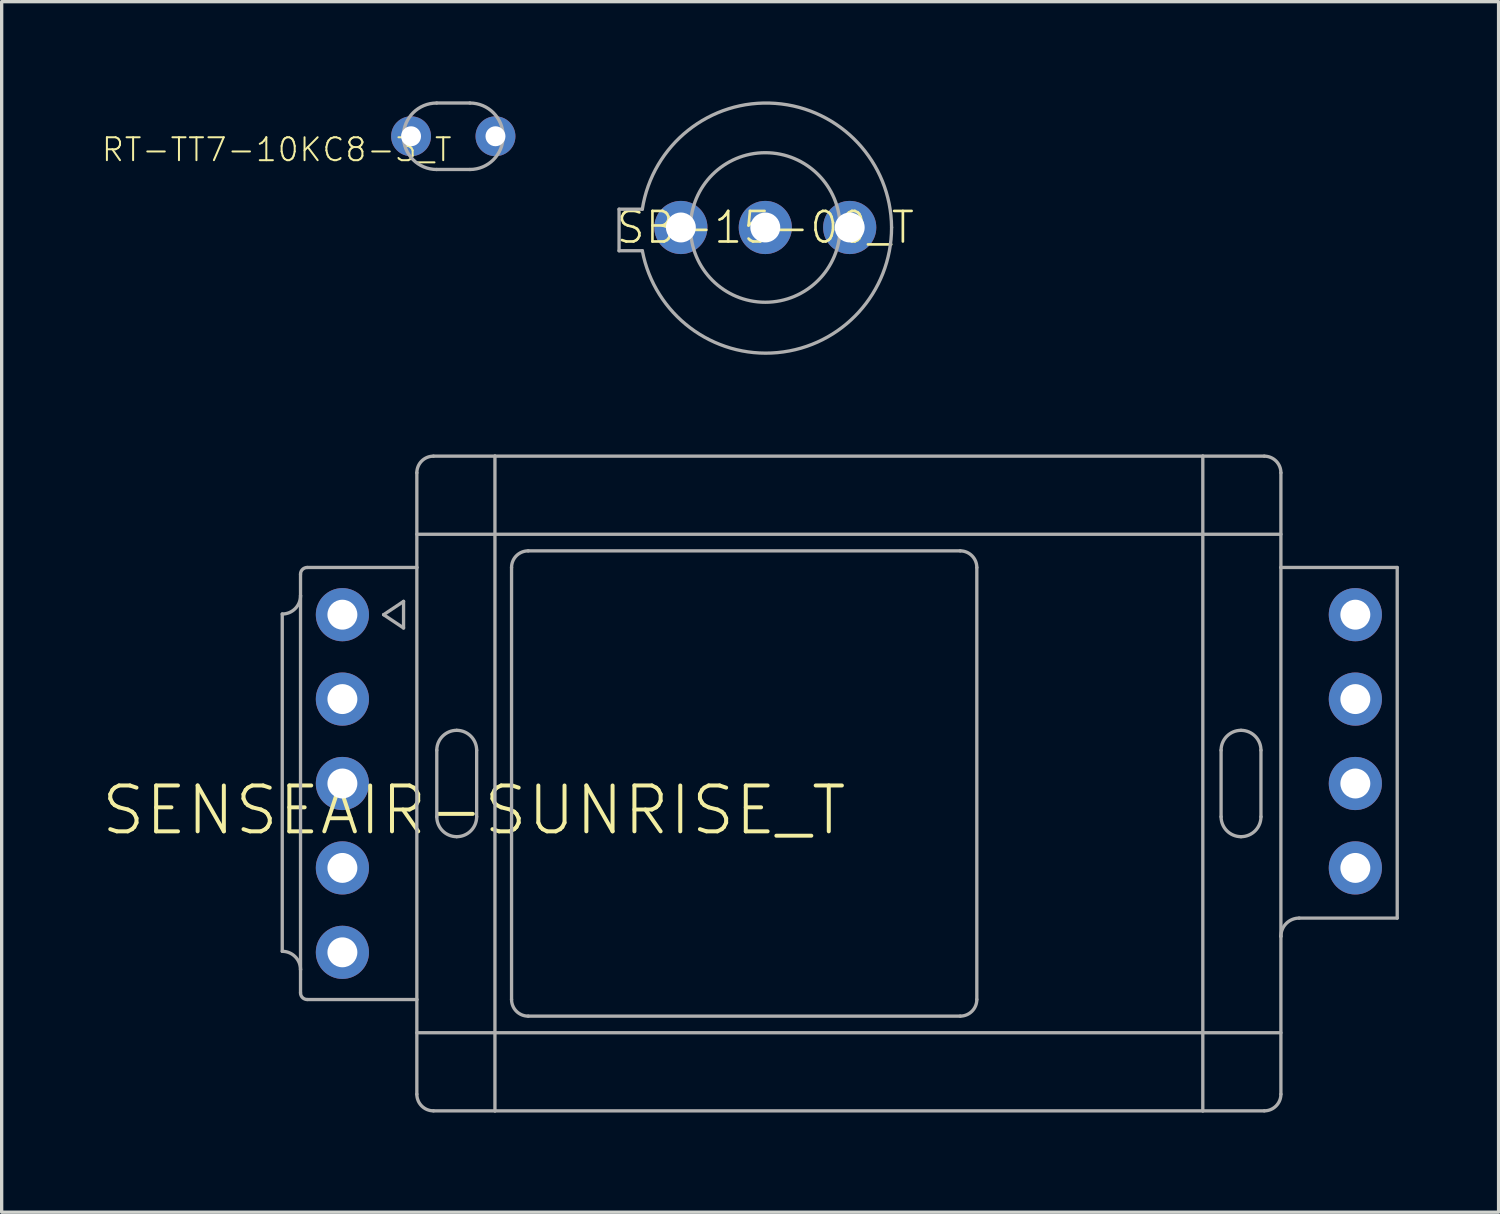
<source format=kicad_pcb>
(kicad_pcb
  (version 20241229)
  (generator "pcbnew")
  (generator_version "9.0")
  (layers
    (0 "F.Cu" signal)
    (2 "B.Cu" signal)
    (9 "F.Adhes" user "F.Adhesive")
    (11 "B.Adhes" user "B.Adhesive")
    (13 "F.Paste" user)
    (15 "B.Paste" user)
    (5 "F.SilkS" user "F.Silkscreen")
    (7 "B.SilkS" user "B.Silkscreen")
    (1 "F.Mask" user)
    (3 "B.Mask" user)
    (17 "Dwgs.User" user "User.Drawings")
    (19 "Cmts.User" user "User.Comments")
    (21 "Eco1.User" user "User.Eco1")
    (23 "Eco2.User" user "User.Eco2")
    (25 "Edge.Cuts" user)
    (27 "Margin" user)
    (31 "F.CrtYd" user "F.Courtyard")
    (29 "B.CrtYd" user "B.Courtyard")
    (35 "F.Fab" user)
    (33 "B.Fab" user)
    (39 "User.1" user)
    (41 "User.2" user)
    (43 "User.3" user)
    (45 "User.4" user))
  (footprint "RT-TT7-10KC8-3_T"
    (layer "F.Cu")
    (at 10.589 1.05)
    (property "Reference" "RT-TT7-10KC8-3_T" (at 0 0 0) (unlocked yes) (layer "F.SilkS") (effects (font (size 0.69 0.69) (thickness 0.06)) (justify right top)))
    (fp_line (start -0.5 1) (end 0.5 1) (stroke (width 0.1) (type solid)) (layer "F.Fab"))
    (fp_line (start 0.5 -1) (end -0.5 -1) (stroke (width 0.1) (type solid)) (layer "F.Fab"))
    (fp_arc (start -1.499999 0.000001) (mid -1.207106 -0.707106) (end -0.5 -1) (stroke (width 0.1) (type solid)) (layer "F.Fab"))
    (fp_arc (start -0.499999 1.000001) (mid -1.207106 0.707107) (end -1.5 0) (stroke (width 0.1) (type solid)) (layer "F.Fab"))
    (fp_arc (start 0.499999 -1.000001) (mid 1.207106 -0.707107) (end 1.5 0) (stroke (width 0.1) (type solid)) (layer "F.Fab"))
    (fp_arc (start 1.499999 -0.000001) (mid 1.207106 0.707106) (end 0.5 1) (stroke (width 0.1) (type solid)) (layer "F.Fab"))
    (pad "1" thru_hole circle (at -1.27 0) (size 1.2 1.2) (drill 0.6) (layers "*.Cu" "*.Mask"))
    (pad "2" thru_hole circle (at 1.27 0) (size 1.2 1.2) (drill 0.6) (layers "*.Cu" "*.Mask")))
  (footprint "SENSEAIR-SUNRISE_T"
    (layer "F.Cu")
    (at 22.493 20.526)
    (property "Reference" "SENSEAIR-SUNRISE_T" (at 0 0 0) (unlocked yes) (layer "F.SilkS") (effects (font (size 1.38 1.38) (thickness 0.12)) (justify right top)))
    (fp_line (start -17.05 5.05) (end -17.05 -5.1) (stroke (width 0.1) (type solid)) (layer "F.Fab"))
    (fp_line (start -16.5 -5.65) (end -16.5 -6.3) (stroke (width 0.1) (type solid)) (layer "F.Fab"))
    (fp_line (start -16.5 5.6) (end -16.5 -5.65) (stroke (width 0.1) (type solid)) (layer "F.Fab"))
    (fp_line (start -16.5 6.3) (end -16.5 5.6) (stroke (width 0.1) (type solid)) (layer "F.Fab"))
    (fp_line (start -16.3 -6.5) (end -13 -6.5) (stroke (width 0.1) (type solid)) (layer "F.Fab"))
    (fp_line (start -16.3 6.5) (end -13 6.5) (stroke (width 0.1) (type solid)) (layer "F.Fab"))
    (fp_line (start -14 -5.08) (end -13.4 -5.48) (stroke (width 0.1) (type solid)) (layer "F.Fab"))
    (fp_line (start -13.4 -5.48) (end -13.4 -4.68) (stroke (width 0.1) (type solid)) (layer "F.Fab"))
    (fp_line (start -13.4 -4.68) (end -14 -5.08) (stroke (width 0.1) (type solid)) (layer "F.Fab"))
    (fp_line (start -13 -9.35) (end -13 -6.5) (stroke (width 0.1) (type solid)) (layer "F.Fab"))
    (fp_line (start -13 -7.5) (end 13 -7.5) (stroke (width 0.1) (type solid)) (layer "F.Fab"))
    (fp_line (start -13 -6.5) (end -13 6.5) (stroke (width 0.1) (type solid)) (layer "F.Fab"))
    (fp_line (start -13 7.5) (end 13 7.5) (stroke (width 0.1) (type solid)) (layer "F.Fab"))
    (fp_line (start -13 9.35) (end -13 6.5) (stroke (width 0.1) (type solid)) (layer "F.Fab"))
    (fp_line (start -12.5 -9.85) (end -10.65 -9.85) (stroke (width 0.1) (type solid)) (layer "F.Fab"))
    (fp_line (start -12.5 9.85) (end -10.65 9.85) (stroke (width 0.1) (type solid)) (layer "F.Fab"))
    (fp_line (start -12.4 1) (end -12.4 -1) (stroke (width 0.1) (type solid)) (layer "F.Fab"))
    (fp_line (start -11.2 -1) (end -11.2 1) (stroke (width 0.1) (type solid)) (layer "F.Fab"))
    (fp_line (start -10.65 -9.85) (end 10.65 -9.85) (stroke (width 0.1) (type solid)) (layer "F.Fab"))
    (fp_line (start -10.65 9.85) (end -10.65 -9.85) (stroke (width 0.1) (type solid)) (layer "F.Fab"))
    (fp_line (start -10.65 9.85) (end 10.65 9.85) (stroke (width 0.1) (type solid)) (layer "F.Fab"))
    (fp_line (start -10.15 6.5) (end -10.15 -6.5) (stroke (width 0.1) (type solid)) (layer "F.Fab"))
    (fp_line (start -9.65 7) (end 3.35 7) (stroke (width 0.1) (type solid)) (layer "F.Fab"))
    (fp_line (start 3.35 -7) (end -9.65 -7) (stroke (width 0.1) (type solid)) (layer "F.Fab"))
    (fp_line (start 3.85 6.5) (end 3.85 -6.5) (stroke (width 0.1) (type solid)) (layer "F.Fab"))
    (fp_line (start 10.65 -9.85) (end 12.5 -9.85) (stroke (width 0.1) (type solid)) (layer "F.Fab"))
    (fp_line (start 10.65 9.85) (end 10.65 -9.85) (stroke (width 0.1) (type solid)) (layer "F.Fab"))
    (fp_line (start 10.65 9.85) (end 12.5 9.85) (stroke (width 0.1) (type solid)) (layer "F.Fab"))
    (fp_line (start 11.2 1) (end 11.2 -1) (stroke (width 0.1) (type solid)) (layer "F.Fab"))
    (fp_line (start 12.4 -1) (end 12.4 1) (stroke (width 0.1) (type solid)) (layer "F.Fab"))
    (fp_line (start 13 -9.35) (end 13 -6.5) (stroke (width 0.1) (type solid)) (layer "F.Fab"))
    (fp_line (start 13 -6.5) (end 13 4.6) (stroke (width 0.1) (type solid)) (layer "F.Fab"))
    (fp_line (start 13 -6.5) (end 16.5 -6.5) (stroke (width 0.1) (type solid)) (layer "F.Fab"))
    (fp_line (start 13 9.35) (end 13 4.6) (stroke (width 0.1) (type solid)) (layer "F.Fab"))
    (fp_line (start 16.5 4.05) (end 13.55 4.05) (stroke (width 0.1) (type solid)) (layer "F.Fab"))
    (fp_line (start 16.5 4.05) (end 16.5 -6.5) (stroke (width 0.1) (type solid)) (layer "F.Fab"))
    (fp_arc (start -17.05 5.05) (mid -16.661091 5.211091) (end -16.5 5.6) (stroke (width 0.1) (type solid)) (layer "F.Fab"))
    (fp_arc (start -16.5 -6.3) (mid -16.441421 -6.441421) (end -16.3 -6.5) (stroke (width 0.1) (type solid)) (layer "F.Fab"))
    (fp_arc (start -16.5 -5.65) (mid -16.661091 -5.261091) (end -17.05 -5.1) (stroke (width 0.1) (type solid)) (layer "F.Fab"))
    (fp_arc (start -16.3 6.5) (mid -16.441421 6.441421) (end -16.5 6.3) (stroke (width 0.1) (type solid)) (layer "F.Fab"))
    (fp_arc (start -13 -9.35) (mid -12.853553 -9.703553) (end -12.5 -9.85) (stroke (width 0.1) (type solid)) (layer "F.Fab"))
    (fp_arc (start -12.5 9.85) (mid -12.853553 9.703553) (end -13 9.35) (stroke (width 0.1) (type solid)) (layer "F.Fab"))
    (fp_arc (start -12.4 -1) (mid -12.224264 -1.424264) (end -11.8 -1.6) (stroke (width 0.1) (type solid)) (layer "F.Fab"))
    (fp_arc (start -11.8 -1.6) (mid -11.375736 -1.424264) (end -11.2 -1) (stroke (width 0.1) (type solid)) (layer "F.Fab"))
    (fp_arc (start -11.8 1.6) (mid -12.224264 1.424264) (end -12.4 1) (stroke (width 0.1) (type solid)) (layer "F.Fab"))
    (fp_arc (start -11.2 1) (mid -11.375736 1.424264) (end -11.8 1.6) (stroke (width 0.1) (type solid)) (layer "F.Fab"))
    (fp_arc (start -10.15 -6.5) (mid -10.003553 -6.853553) (end -9.65 -7) (stroke (width 0.1) (type solid)) (layer "F.Fab"))
    (fp_arc (start -9.65 7) (mid -10.003553 6.853553) (end -10.15 6.5) (stroke (width 0.1) (type solid)) (layer "F.Fab"))
    (fp_arc (start 3.35 -7) (mid 3.703553 -6.853553) (end 3.85 -6.5) (stroke (width 0.1) (type solid)) (layer "F.Fab"))
    (fp_arc (start 3.85 6.5) (mid 3.703553 6.853553) (end 3.35 7) (stroke (width 0.1) (type solid)) (layer "F.Fab"))
    (fp_arc (start 11.2 -1) (mid 11.375736 -1.424264) (end 11.8 -1.6) (stroke (width 0.1) (type solid)) (layer "F.Fab"))
    (fp_arc (start 11.8 -1.6) (mid 12.224264 -1.424264) (end 12.4 -1) (stroke (width 0.1) (type solid)) (layer "F.Fab"))
    (fp_arc (start 11.8 1.6) (mid 11.375736 1.424264) (end 11.2 1) (stroke (width 0.1) (type solid)) (layer "F.Fab"))
    (fp_arc (start 12.4 1) (mid 12.224264 1.424264) (end 11.8 1.6) (stroke (width 0.1) (type solid)) (layer "F.Fab"))
    (fp_arc (start 12.5 -9.85) (mid 12.853553 -9.703553) (end 13 -9.35) (stroke (width 0.1) (type solid)) (layer "F.Fab"))
    (fp_arc (start 13 4.6) (mid 13.161091 4.211091) (end 13.55 4.05) (stroke (width 0.1) (type solid)) (layer "F.Fab"))
    (fp_arc (start 13 9.35) (mid 12.853553 9.703553) (end 12.5 9.85) (stroke (width 0.1) (type solid)) (layer "F.Fab"))
    (pad "1" thru_hole circle (at -15.24 -5.08) (size 1.6 1.6) (drill 0.9) (layers "*.Cu" "*.Mask"))
    (pad "2" thru_hole circle (at -15.24 -2.54) (size 1.6 1.6) (drill 0.9) (layers "*.Cu" "*.Mask"))
    (pad "3" thru_hole circle (at -15.24 0) (size 1.6 1.6) (drill 0.9) (layers "*.Cu" "*.Mask"))
    (pad "4" thru_hole circle (at -15.24 2.54) (size 1.6 1.6) (drill 0.9) (layers "*.Cu" "*.Mask"))
    (pad "5" thru_hole circle (at -15.24 5.08) (size 1.6 1.6) (drill 0.9) (layers "*.Cu" "*.Mask"))
    (pad "6" thru_hole circle (at 15.24 2.54) (size 1.6 1.6) (drill 0.9) (layers "*.Cu" "*.Mask"))
    (pad "7" thru_hole circle (at 15.24 0) (size 1.6 1.6) (drill 0.9) (layers "*.Cu" "*.Mask"))
    (pad "8" thru_hole circle (at 15.24 -2.54) (size 1.6 1.6) (drill 0.9) (layers "*.Cu" "*.Mask"))
    (pad "9" thru_hole circle (at 15.24 -5.08) (size 1.6 1.6) (drill 0.9) (layers "*.Cu" "*.Mask")))
  (footprint "SB-15-00_T"
    (layer "F.Cu")
    (at 19.978 3.795)
    (property "Reference" "SB-15-00_T" (at 0 0 0) (unlocked yes) (layer "F.SilkS") (effects (font (size 0.92 0.92) (thickness 0.08))))
    (fp_line (start -4.4 -0.55) (end -4.4 0.7) (stroke (width 0.1) (type solid)) (layer "F.Fab"))
    (fp_line (start -4.4 0.7) (end -3.7 0.7) (stroke (width 0.1) (type solid)) (layer "F.Fab"))
    (fp_line (start -3.7 -0.55) (end -4.4 -0.55) (stroke (width 0.1) (type solid)) (layer "F.Fab"))
    (fp_arc (start -3.700001 -0.55) (mid 0.303738 -3.735067) (end 3.8 0) (stroke (width 0.1) (type solid)) (layer "F.Fab"))
    (fp_arc (start 3.8 0) (mid 0.368717 3.764838) (end -3.700002 0.7) (stroke (width 0.1) (type solid)) (layer "F.Fab"))
    (fp_circle (center 0 0) (end 2.25 0) (stroke (width 0.1) (type solid)) (fill no) (layer "F.Fab"))
    (pad "1" thru_hole circle (at -2.54 0) (size 1.6 1.6) (drill 0.9) (layers "*.Cu" "*.Mask"))
    (pad "2" thru_hole circle (at 0 0) (size 1.6 1.6) (drill 0.9) (layers "*.Cu" "*.Mask"))
    (pad "3" thru_hole circle (at 2.54 0) (size 1.6 1.6) (drill 0.9) (layers "*.Cu" "*.Mask")))
  (gr_rect
    (start -3 -3)
    (end 42.043 33.426)
    (stroke (width 0.1) (type default))
    (fill no)
    (layer "Edge.Cuts")))
</source>
